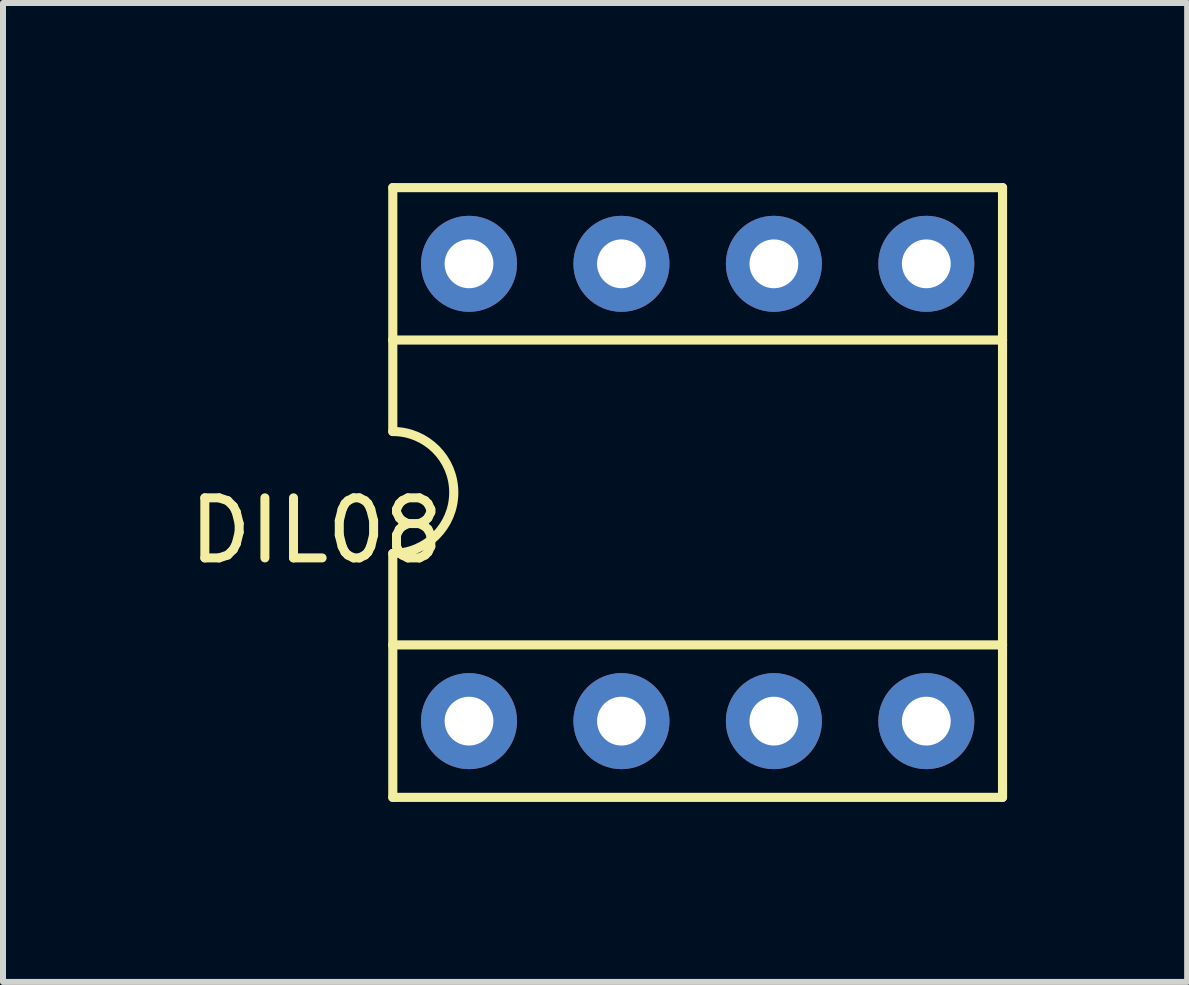
<source format=kicad_pcb>
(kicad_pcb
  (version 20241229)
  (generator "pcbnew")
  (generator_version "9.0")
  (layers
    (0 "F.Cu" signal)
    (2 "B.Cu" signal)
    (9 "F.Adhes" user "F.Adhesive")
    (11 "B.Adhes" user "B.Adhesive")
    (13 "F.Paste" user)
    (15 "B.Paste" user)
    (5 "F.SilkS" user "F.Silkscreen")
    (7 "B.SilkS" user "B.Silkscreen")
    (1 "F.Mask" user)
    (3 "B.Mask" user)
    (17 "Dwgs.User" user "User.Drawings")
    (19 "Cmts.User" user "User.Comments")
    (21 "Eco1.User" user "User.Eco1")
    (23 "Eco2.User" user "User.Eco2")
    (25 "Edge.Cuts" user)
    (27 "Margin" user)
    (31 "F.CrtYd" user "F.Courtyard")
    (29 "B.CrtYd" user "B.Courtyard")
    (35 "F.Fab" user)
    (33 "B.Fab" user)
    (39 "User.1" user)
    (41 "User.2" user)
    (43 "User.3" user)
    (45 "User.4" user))
  (footprint "DIL08"
    (layer "F.Cu")
    (at 8.575 5.156)
    (property "Reference" "DIL08" (at -6.353 0.635 180) (layer "F.SilkS") (effects (font (size 1.001 1.001) (thickness 0.15))))
    (attr through_hole)
    (fp_line (start -5.08 -5.08) (end -5.08 -2.54) (stroke (width 0.152) (type solid)) (layer "F.SilkS"))
    (fp_line (start -5.08 -2.54) (end -5.08 -1.016) (stroke (width 0.152) (type solid)) (layer "F.SilkS"))
    (fp_line (start -5.08 -2.54) (end 5.08 -2.54) (stroke (width 0.152) (type solid)) (layer "F.SilkS"))
    (fp_line (start -5.08 2.54) (end -5.08 1.016) (stroke (width 0.152) (type solid)) (layer "F.SilkS"))
    (fp_line (start -5.08 2.54) (end 5.08 2.54) (stroke (width 0.152) (type solid)) (layer "F.SilkS"))
    (fp_line (start -5.08 5.08) (end -5.08 2.54) (stroke (width 0.152) (type solid)) (layer "F.SilkS"))
    (fp_line (start -5.08 5.08) (end 5.08 5.08) (stroke (width 0.152) (type solid)) (layer "F.SilkS"))
    (fp_line (start 5.08 -5.08) (end -5.08 -5.08) (stroke (width 0.152) (type solid)) (layer "F.SilkS"))
    (fp_line (start 5.08 -5.08) (end 5.08 -2.54) (stroke (width 0.152) (type solid)) (layer "F.SilkS"))
    (fp_line (start 5.08 -2.54) (end 5.08 2.54) (stroke (width 0.152) (type solid)) (layer "F.SilkS"))
    (fp_line (start 5.08 2.54) (end 5.08 5.08) (stroke (width 0.152) (type solid)) (layer "F.SilkS"))
    (fp_arc (start -5.08 -1.016) (mid -4.064 0) (end -5.08 1.016) (stroke (width 0.1524) (type solid)) (layer "F.SilkS"))
    (pad "1" thru_hole circle (at -3.81 3.81) (size 1.6 1.6) (drill 0.813) (layers "*.Cu" "*.Mask"))
    (pad "2" thru_hole circle (at -1.27 3.81) (size 1.6 1.6) (drill 0.813) (layers "*.Cu" "*.Mask"))
    (pad "3" thru_hole circle (at 1.27 3.81) (size 1.6 1.6) (drill 0.813) (layers "*.Cu" "*.Mask"))
    (pad "4" thru_hole circle (at 3.81 3.81) (size 1.6 1.6) (drill 0.813) (layers "*.Cu" "*.Mask"))
    (pad "5" thru_hole circle (at 3.81 -3.81) (size 1.6 1.6) (drill 0.813) (layers "*.Cu" "*.Mask"))
    (pad "6" thru_hole circle (at 1.27 -3.81) (size 1.6 1.6) (drill 0.813) (layers "*.Cu" "*.Mask"))
    (pad "7" thru_hole circle (at -1.27 -3.81) (size 1.6 1.6) (drill 0.813) (layers "*.Cu" "*.Mask"))
    (pad "8" thru_hole circle (at -3.81 -3.81) (size 1.6 1.6) (drill 0.813) (layers "*.Cu" "*.Mask")))
  (gr_rect
    (start -3 -3)
    (end 16.731 13.312)
    (stroke (width 0.1) (type default))
    (fill no)
    (layer "Edge.Cuts")))
</source>
